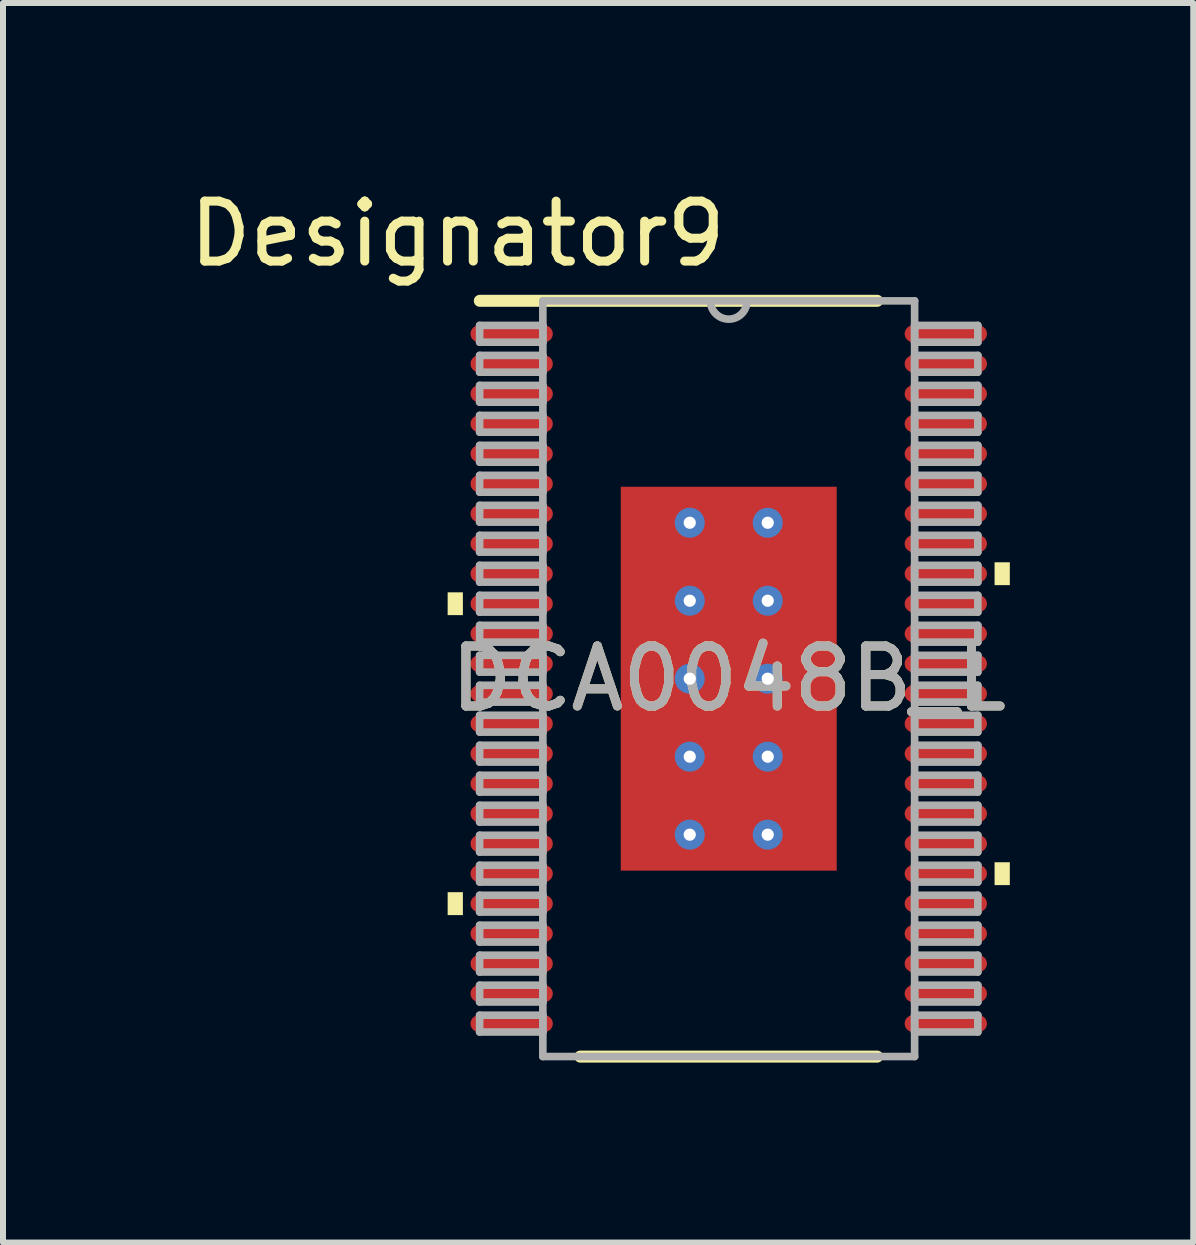
<source format=kicad_pcb>
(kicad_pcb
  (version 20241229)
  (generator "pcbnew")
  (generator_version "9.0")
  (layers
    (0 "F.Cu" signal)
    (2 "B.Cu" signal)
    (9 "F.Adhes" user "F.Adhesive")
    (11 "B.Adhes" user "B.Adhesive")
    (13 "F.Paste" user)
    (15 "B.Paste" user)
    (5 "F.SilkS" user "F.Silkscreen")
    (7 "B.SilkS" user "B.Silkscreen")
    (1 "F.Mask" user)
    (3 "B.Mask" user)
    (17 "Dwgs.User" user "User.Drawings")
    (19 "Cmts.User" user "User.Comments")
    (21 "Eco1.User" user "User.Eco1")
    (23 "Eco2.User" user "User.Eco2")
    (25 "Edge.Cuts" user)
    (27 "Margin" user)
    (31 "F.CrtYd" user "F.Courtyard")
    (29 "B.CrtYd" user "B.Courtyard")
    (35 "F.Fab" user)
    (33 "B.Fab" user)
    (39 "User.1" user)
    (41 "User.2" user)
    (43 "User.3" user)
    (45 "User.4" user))
  (footprint "DCA0048B_L"
    (layer "F.Cu")
    (at 9.099 8.265)
    (property "Reference" "DCA0048B_L" (at 0 0 0) (unlocked yes) (layer "F.SilkS") (effects (font (size 1 1) (thickness 0.15))))
    (attr smd)
    (fp_line (start -4.15 -6.3) (end 2.475 -6.3) (stroke (width 0.2) (type solid)) (layer "F.SilkS"))
    (fp_line (start -2.475 6.3) (end 2.475 6.3) (stroke (width 0.2) (type solid)) (layer "F.SilkS"))
    (fp_poly (pts (xy -4.432 -1.44) (xy -4.686 -1.44) (xy -4.686 -1.06) (xy -4.432 -1.06)) (stroke (width 0) (type solid)) (fill yes) (layer "F.SilkS"))
    (fp_poly (pts (xy -4.432 3.559) (xy -4.686 3.559) (xy -4.686 3.941) (xy -4.432 3.941)) (stroke (width 0) (type solid)) (fill yes) (layer "F.SilkS"))
    (fp_poly (pts (xy 4.432 -1.941) (xy 4.686 -1.941) (xy 4.686 -1.56) (xy 4.432 -1.56)) (stroke (width 0) (type solid)) (fill yes) (layer "F.SilkS"))
    (fp_poly (pts (xy 4.432 3.06) (xy 4.686 3.06) (xy 4.686 3.441) (xy 4.432 3.441)) (stroke (width 0) (type solid)) (fill yes) (layer "F.SilkS"))
    (fp_line (start -4.153 -5.89) (end -3.099 -5.89) (stroke (width 0.127) (type solid)) (layer "F.Fab"))
    (fp_line (start -4.153 -5.61) (end -4.153 -5.89) (stroke (width 0.127) (type solid)) (layer "F.Fab"))
    (fp_line (start -4.153 -5.61) (end -3.099 -5.61) (stroke (width 0.127) (type solid)) (layer "F.Fab"))
    (fp_line (start -4.153 -5.39) (end -3.099 -5.39) (stroke (width 0.127) (type solid)) (layer "F.Fab"))
    (fp_line (start -4.153 -5.11) (end -4.153 -5.39) (stroke (width 0.127) (type solid)) (layer "F.Fab"))
    (fp_line (start -4.153 -5.11) (end -3.099 -5.11) (stroke (width 0.127) (type solid)) (layer "F.Fab"))
    (fp_line (start -4.153 -4.89) (end -3.099 -4.89) (stroke (width 0.127) (type solid)) (layer "F.Fab"))
    (fp_line (start -4.153 -4.61) (end -4.153 -4.89) (stroke (width 0.127) (type solid)) (layer "F.Fab"))
    (fp_line (start -4.153 -4.61) (end -3.099 -4.61) (stroke (width 0.127) (type solid)) (layer "F.Fab"))
    (fp_line (start -4.153 -4.39) (end -3.099 -4.39) (stroke (width 0.127) (type solid)) (layer "F.Fab"))
    (fp_line (start -4.153 -4.11) (end -4.153 -4.39) (stroke (width 0.127) (type solid)) (layer "F.Fab"))
    (fp_line (start -4.153 -4.11) (end -3.099 -4.11) (stroke (width 0.127) (type solid)) (layer "F.Fab"))
    (fp_line (start -4.153 -3.89) (end -3.099 -3.89) (stroke (width 0.127) (type solid)) (layer "F.Fab"))
    (fp_line (start -4.153 -3.61) (end -4.153 -3.89) (stroke (width 0.127) (type solid)) (layer "F.Fab"))
    (fp_line (start -4.153 -3.61) (end -3.099 -3.61) (stroke (width 0.127) (type solid)) (layer "F.Fab"))
    (fp_line (start -4.153 -3.39) (end -3.099 -3.39) (stroke (width 0.127) (type solid)) (layer "F.Fab"))
    (fp_line (start -4.153 -3.11) (end -4.153 -3.39) (stroke (width 0.127) (type solid)) (layer "F.Fab"))
    (fp_line (start -4.153 -3.11) (end -3.099 -3.11) (stroke (width 0.127) (type solid)) (layer "F.Fab"))
    (fp_line (start -4.153 -2.89) (end -3.099 -2.89) (stroke (width 0.127) (type solid)) (layer "F.Fab"))
    (fp_line (start -4.153 -2.61) (end -4.153 -2.89) (stroke (width 0.127) (type solid)) (layer "F.Fab"))
    (fp_line (start -4.153 -2.61) (end -3.099 -2.61) (stroke (width 0.127) (type solid)) (layer "F.Fab"))
    (fp_line (start -4.153 -2.39) (end -3.099 -2.39) (stroke (width 0.127) (type solid)) (layer "F.Fab"))
    (fp_line (start -4.153 -2.11) (end -4.153 -2.39) (stroke (width 0.127) (type solid)) (layer "F.Fab"))
    (fp_line (start -4.153 -2.11) (end -3.099 -2.11) (stroke (width 0.127) (type solid)) (layer "F.Fab"))
    (fp_line (start -4.153 -1.89) (end -3.099 -1.89) (stroke (width 0.127) (type solid)) (layer "F.Fab"))
    (fp_line (start -4.153 -1.61) (end -4.153 -1.89) (stroke (width 0.127) (type solid)) (layer "F.Fab"))
    (fp_line (start -4.153 -1.61) (end -3.099 -1.61) (stroke (width 0.127) (type solid)) (layer "F.Fab"))
    (fp_line (start -4.153 -1.39) (end -3.099 -1.39) (stroke (width 0.127) (type solid)) (layer "F.Fab"))
    (fp_line (start -4.153 -1.11) (end -4.153 -1.39) (stroke (width 0.127) (type solid)) (layer "F.Fab"))
    (fp_line (start -4.153 -1.11) (end -3.099 -1.11) (stroke (width 0.127) (type solid)) (layer "F.Fab"))
    (fp_line (start -4.153 -0.89) (end -3.099 -0.89) (stroke (width 0.127) (type solid)) (layer "F.Fab"))
    (fp_line (start -4.153 -0.61) (end -4.153 -0.89) (stroke (width 0.127) (type solid)) (layer "F.Fab"))
    (fp_line (start -4.153 -0.61) (end -3.099 -0.61) (stroke (width 0.127) (type solid)) (layer "F.Fab"))
    (fp_line (start -4.153 -0.39) (end -3.099 -0.39) (stroke (width 0.127) (type solid)) (layer "F.Fab"))
    (fp_line (start -4.153 -0.11) (end -4.153 -0.39) (stroke (width 0.127) (type solid)) (layer "F.Fab"))
    (fp_line (start -4.153 -0.11) (end -3.099 -0.11) (stroke (width 0.127) (type solid)) (layer "F.Fab"))
    (fp_line (start -4.153 0.11) (end -3.099 0.11) (stroke (width 0.127) (type solid)) (layer "F.Fab"))
    (fp_line (start -4.153 0.39) (end -4.153 0.11) (stroke (width 0.127) (type solid)) (layer "F.Fab"))
    (fp_line (start -4.153 0.39) (end -3.099 0.39) (stroke (width 0.127) (type solid)) (layer "F.Fab"))
    (fp_line (start -4.153 0.61) (end -3.099 0.61) (stroke (width 0.127) (type solid)) (layer "F.Fab"))
    (fp_line (start -4.153 0.89) (end -4.153 0.61) (stroke (width 0.127) (type solid)) (layer "F.Fab"))
    (fp_line (start -4.153 0.89) (end -3.099 0.89) (stroke (width 0.127) (type solid)) (layer "F.Fab"))
    (fp_line (start -4.153 1.11) (end -3.099 1.11) (stroke (width 0.127) (type solid)) (layer "F.Fab"))
    (fp_line (start -4.153 1.39) (end -4.153 1.11) (stroke (width 0.127) (type solid)) (layer "F.Fab"))
    (fp_line (start -4.153 1.39) (end -3.099 1.39) (stroke (width 0.127) (type solid)) (layer "F.Fab"))
    (fp_line (start -4.153 1.61) (end -3.099 1.61) (stroke (width 0.127) (type solid)) (layer "F.Fab"))
    (fp_line (start -4.153 1.89) (end -4.153 1.61) (stroke (width 0.127) (type solid)) (layer "F.Fab"))
    (fp_line (start -4.153 1.89) (end -3.099 1.89) (stroke (width 0.127) (type solid)) (layer "F.Fab"))
    (fp_line (start -4.153 2.11) (end -3.099 2.11) (stroke (width 0.127) (type solid)) (layer "F.Fab"))
    (fp_line (start -4.153 2.39) (end -4.153 2.11) (stroke (width 0.127) (type solid)) (layer "F.Fab"))
    (fp_line (start -4.153 2.39) (end -3.099 2.39) (stroke (width 0.127) (type solid)) (layer "F.Fab"))
    (fp_line (start -4.153 2.61) (end -3.099 2.61) (stroke (width 0.127) (type solid)) (layer "F.Fab"))
    (fp_line (start -4.153 2.89) (end -4.153 2.61) (stroke (width 0.127) (type solid)) (layer "F.Fab"))
    (fp_line (start -4.153 2.89) (end -3.099 2.89) (stroke (width 0.127) (type solid)) (layer "F.Fab"))
    (fp_line (start -4.153 3.11) (end -3.099 3.11) (stroke (width 0.127) (type solid)) (layer "F.Fab"))
    (fp_line (start -4.153 3.39) (end -4.153 3.11) (stroke (width 0.127) (type solid)) (layer "F.Fab"))
    (fp_line (start -4.153 3.39) (end -3.099 3.39) (stroke (width 0.127) (type solid)) (layer "F.Fab"))
    (fp_line (start -4.153 3.61) (end -3.099 3.61) (stroke (width 0.127) (type solid)) (layer "F.Fab"))
    (fp_line (start -4.153 3.89) (end -4.153 3.61) (stroke (width 0.127) (type solid)) (layer "F.Fab"))
    (fp_line (start -4.153 3.89) (end -3.099 3.89) (stroke (width 0.127) (type solid)) (layer "F.Fab"))
    (fp_line (start -4.153 4.11) (end -3.099 4.11) (stroke (width 0.127) (type solid)) (layer "F.Fab"))
    (fp_line (start -4.153 4.39) (end -4.153 4.11) (stroke (width 0.127) (type solid)) (layer "F.Fab"))
    (fp_line (start -4.153 4.39) (end -3.099 4.39) (stroke (width 0.127) (type solid)) (layer "F.Fab"))
    (fp_line (start -4.153 4.61) (end -3.099 4.61) (stroke (width 0.127) (type solid)) (layer "F.Fab"))
    (fp_line (start -4.153 4.89) (end -4.153 4.61) (stroke (width 0.127) (type solid)) (layer "F.Fab"))
    (fp_line (start -4.153 4.89) (end -3.099 4.89) (stroke (width 0.127) (type solid)) (layer "F.Fab"))
    (fp_line (start -4.153 5.11) (end -3.099 5.11) (stroke (width 0.127) (type solid)) (layer "F.Fab"))
    (fp_line (start -4.153 5.39) (end -4.153 5.11) (stroke (width 0.127) (type solid)) (layer "F.Fab"))
    (fp_line (start -4.153 5.39) (end -3.099 5.39) (stroke (width 0.127) (type solid)) (layer "F.Fab"))
    (fp_line (start -4.153 5.61) (end -3.099 5.61) (stroke (width 0.127) (type solid)) (layer "F.Fab"))
    (fp_line (start -4.153 5.89) (end -4.153 5.61) (stroke (width 0.127) (type solid)) (layer "F.Fab"))
    (fp_line (start -4.153 5.89) (end -3.099 5.89) (stroke (width 0.127) (type solid)) (layer "F.Fab"))
    (fp_line (start -3.099 -6.299) (end 3.099 -6.299) (stroke (width 0.127) (type solid)) (layer "F.Fab"))
    (fp_line (start -3.099 -5.61) (end -3.099 -5.89) (stroke (width 0.127) (type solid)) (layer "F.Fab"))
    (fp_line (start -3.099 -5.11) (end -3.099 -5.39) (stroke (width 0.127) (type solid)) (layer "F.Fab"))
    (fp_line (start -3.099 -4.61) (end -3.099 -4.89) (stroke (width 0.127) (type solid)) (layer "F.Fab"))
    (fp_line (start -3.099 -4.11) (end -3.099 -4.39) (stroke (width 0.127) (type solid)) (layer "F.Fab"))
    (fp_line (start -3.099 -3.61) (end -3.099 -3.89) (stroke (width 0.127) (type solid)) (layer "F.Fab"))
    (fp_line (start -3.099 -3.11) (end -3.099 -3.39) (stroke (width 0.127) (type solid)) (layer "F.Fab"))
    (fp_line (start -3.099 -2.61) (end -3.099 -2.89) (stroke (width 0.127) (type solid)) (layer "F.Fab"))
    (fp_line (start -3.099 -2.11) (end -3.099 -2.39) (stroke (width 0.127) (type solid)) (layer "F.Fab"))
    (fp_line (start -3.099 -1.61) (end -3.099 -1.89) (stroke (width 0.127) (type solid)) (layer "F.Fab"))
    (fp_line (start -3.099 -1.11) (end -3.099 -1.39) (stroke (width 0.127) (type solid)) (layer "F.Fab"))
    (fp_line (start -3.099 -0.61) (end -3.099 -0.89) (stroke (width 0.127) (type solid)) (layer "F.Fab"))
    (fp_line (start -3.099 -0.11) (end -3.099 -0.39) (stroke (width 0.127) (type solid)) (layer "F.Fab"))
    (fp_line (start -3.099 0.39) (end -3.099 0.11) (stroke (width 0.127) (type solid)) (layer "F.Fab"))
    (fp_line (start -3.099 0.89) (end -3.099 0.61) (stroke (width 0.127) (type solid)) (layer "F.Fab"))
    (fp_line (start -3.099 1.39) (end -3.099 1.11) (stroke (width 0.127) (type solid)) (layer "F.Fab"))
    (fp_line (start -3.099 1.89) (end -3.099 1.61) (stroke (width 0.127) (type solid)) (layer "F.Fab"))
    (fp_line (start -3.099 2.39) (end -3.099 2.11) (stroke (width 0.127) (type solid)) (layer "F.Fab"))
    (fp_line (start -3.099 2.89) (end -3.099 2.61) (stroke (width 0.127) (type solid)) (layer "F.Fab"))
    (fp_line (start -3.099 3.39) (end -3.099 3.11) (stroke (width 0.127) (type solid)) (layer "F.Fab"))
    (fp_line (start -3.099 3.89) (end -3.099 3.61) (stroke (width 0.127) (type solid)) (layer "F.Fab"))
    (fp_line (start -3.099 4.39) (end -3.099 4.11) (stroke (width 0.127) (type solid)) (layer "F.Fab"))
    (fp_line (start -3.099 4.89) (end -3.099 4.61) (stroke (width 0.127) (type solid)) (layer "F.Fab"))
    (fp_line (start -3.099 5.39) (end -3.099 5.11) (stroke (width 0.127) (type solid)) (layer "F.Fab"))
    (fp_line (start -3.099 5.89) (end -3.099 5.61) (stroke (width 0.127) (type solid)) (layer "F.Fab"))
    (fp_line (start -3.099 6.299) (end -3.099 -6.299) (stroke (width 0.127) (type solid)) (layer "F.Fab"))
    (fp_line (start -3.099 6.299) (end 3.099 6.299) (stroke (width 0.127) (type solid)) (layer "F.Fab"))
    (fp_line (start 3.099 -5.89) (end 4.153 -5.89) (stroke (width 0.127) (type solid)) (layer "F.Fab"))
    (fp_line (start 3.099 -5.61) (end 3.099 -5.89) (stroke (width 0.127) (type solid)) (layer "F.Fab"))
    (fp_line (start 3.099 -5.61) (end 4.153 -5.61) (stroke (width 0.127) (type solid)) (layer "F.Fab"))
    (fp_line (start 3.099 -5.39) (end 4.153 -5.39) (stroke (width 0.127) (type solid)) (layer "F.Fab"))
    (fp_line (start 3.099 -5.11) (end 3.099 -5.39) (stroke (width 0.127) (type solid)) (layer "F.Fab"))
    (fp_line (start 3.099 -5.11) (end 4.153 -5.11) (stroke (width 0.127) (type solid)) (layer "F.Fab"))
    (fp_line (start 3.099 -4.89) (end 4.153 -4.89) (stroke (width 0.127) (type solid)) (layer "F.Fab"))
    (fp_line (start 3.099 -4.61) (end 3.099 -4.89) (stroke (width 0.127) (type solid)) (layer "F.Fab"))
    (fp_line (start 3.099 -4.61) (end 4.153 -4.61) (stroke (width 0.127) (type solid)) (layer "F.Fab"))
    (fp_line (start 3.099 -4.39) (end 4.153 -4.39) (stroke (width 0.127) (type solid)) (layer "F.Fab"))
    (fp_line (start 3.099 -4.11) (end 3.099 -4.39) (stroke (width 0.127) (type solid)) (layer "F.Fab"))
    (fp_line (start 3.099 -4.11) (end 4.153 -4.11) (stroke (width 0.127) (type solid)) (layer "F.Fab"))
    (fp_line (start 3.099 -3.89) (end 4.153 -3.89) (stroke (width 0.127) (type solid)) (layer "F.Fab"))
    (fp_line (start 3.099 -3.61) (end 3.099 -3.89) (stroke (width 0.127) (type solid)) (layer "F.Fab"))
    (fp_line (start 3.099 -3.61) (end 4.153 -3.61) (stroke (width 0.127) (type solid)) (layer "F.Fab"))
    (fp_line (start 3.099 -3.39) (end 4.153 -3.39) (stroke (width 0.127) (type solid)) (layer "F.Fab"))
    (fp_line (start 3.099 -3.11) (end 3.099 -3.39) (stroke (width 0.127) (type solid)) (layer "F.Fab"))
    (fp_line (start 3.099 -3.11) (end 4.153 -3.11) (stroke (width 0.127) (type solid)) (layer "F.Fab"))
    (fp_line (start 3.099 -2.89) (end 4.153 -2.89) (stroke (width 0.127) (type solid)) (layer "F.Fab"))
    (fp_line (start 3.099 -2.61) (end 3.099 -2.89) (stroke (width 0.127) (type solid)) (layer "F.Fab"))
    (fp_line (start 3.099 -2.61) (end 4.153 -2.61) (stroke (width 0.127) (type solid)) (layer "F.Fab"))
    (fp_line (start 3.099 -2.39) (end 4.153 -2.39) (stroke (width 0.127) (type solid)) (layer "F.Fab"))
    (fp_line (start 3.099 -2.11) (end 3.099 -2.39) (stroke (width 0.127) (type solid)) (layer "F.Fab"))
    (fp_line (start 3.099 -2.11) (end 4.153 -2.11) (stroke (width 0.127) (type solid)) (layer "F.Fab"))
    (fp_line (start 3.099 -1.89) (end 4.153 -1.89) (stroke (width 0.127) (type solid)) (layer "F.Fab"))
    (fp_line (start 3.099 -1.61) (end 3.099 -1.89) (stroke (width 0.127) (type solid)) (layer "F.Fab"))
    (fp_line (start 3.099 -1.61) (end 4.153 -1.61) (stroke (width 0.127) (type solid)) (layer "F.Fab"))
    (fp_line (start 3.099 -1.39) (end 4.153 -1.39) (stroke (width 0.127) (type solid)) (layer "F.Fab"))
    (fp_line (start 3.099 -1.11) (end 3.099 -1.39) (stroke (width 0.127) (type solid)) (layer "F.Fab"))
    (fp_line (start 3.099 -1.11) (end 4.153 -1.11) (stroke (width 0.127) (type solid)) (layer "F.Fab"))
    (fp_line (start 3.099 -0.89) (end 4.153 -0.89) (stroke (width 0.127) (type solid)) (layer "F.Fab"))
    (fp_line (start 3.099 -0.61) (end 3.099 -0.89) (stroke (width 0.127) (type solid)) (layer "F.Fab"))
    (fp_line (start 3.099 -0.61) (end 4.153 -0.61) (stroke (width 0.127) (type solid)) (layer "F.Fab"))
    (fp_line (start 3.099 -0.39) (end 4.153 -0.39) (stroke (width 0.127) (type solid)) (layer "F.Fab"))
    (fp_line (start 3.099 -0.11) (end 3.099 -0.39) (stroke (width 0.127) (type solid)) (layer "F.Fab"))
    (fp_line (start 3.099 -0.11) (end 4.153 -0.11) (stroke (width 0.127) (type solid)) (layer "F.Fab"))
    (fp_line (start 3.099 0.11) (end 4.153 0.11) (stroke (width 0.127) (type solid)) (layer "F.Fab"))
    (fp_line (start 3.099 0.39) (end 3.099 0.11) (stroke (width 0.127) (type solid)) (layer "F.Fab"))
    (fp_line (start 3.099 0.39) (end 4.153 0.39) (stroke (width 0.127) (type solid)) (layer "F.Fab"))
    (fp_line (start 3.099 0.61) (end 4.153 0.61) (stroke (width 0.127) (type solid)) (layer "F.Fab"))
    (fp_line (start 3.099 0.89) (end 3.099 0.61) (stroke (width 0.127) (type solid)) (layer "F.Fab"))
    (fp_line (start 3.099 0.89) (end 4.153 0.89) (stroke (width 0.127) (type solid)) (layer "F.Fab"))
    (fp_line (start 3.099 1.11) (end 4.153 1.11) (stroke (width 0.127) (type solid)) (layer "F.Fab"))
    (fp_line (start 3.099 1.39) (end 3.099 1.11) (stroke (width 0.127) (type solid)) (layer "F.Fab"))
    (fp_line (start 3.099 1.39) (end 4.153 1.39) (stroke (width 0.127) (type solid)) (layer "F.Fab"))
    (fp_line (start 3.099 1.61) (end 4.153 1.61) (stroke (width 0.127) (type solid)) (layer "F.Fab"))
    (fp_line (start 3.099 1.89) (end 3.099 1.61) (stroke (width 0.127) (type solid)) (layer "F.Fab"))
    (fp_line (start 3.099 1.89) (end 4.153 1.89) (stroke (width 0.127) (type solid)) (layer "F.Fab"))
    (fp_line (start 3.099 2.11) (end 4.153 2.11) (stroke (width 0.127) (type solid)) (layer "F.Fab"))
    (fp_line (start 3.099 2.39) (end 3.099 2.11) (stroke (width 0.127) (type solid)) (layer "F.Fab"))
    (fp_line (start 3.099 2.39) (end 4.153 2.39) (stroke (width 0.127) (type solid)) (layer "F.Fab"))
    (fp_line (start 3.099 2.61) (end 4.153 2.61) (stroke (width 0.127) (type solid)) (layer "F.Fab"))
    (fp_line (start 3.099 2.89) (end 3.099 2.61) (stroke (width 0.127) (type solid)) (layer "F.Fab"))
    (fp_line (start 3.099 2.89) (end 4.153 2.89) (stroke (width 0.127) (type solid)) (layer "F.Fab"))
    (fp_line (start 3.099 3.11) (end 4.153 3.11) (stroke (width 0.127) (type solid)) (layer "F.Fab"))
    (fp_line (start 3.099 3.39) (end 3.099 3.11) (stroke (width 0.127) (type solid)) (layer "F.Fab"))
    (fp_line (start 3.099 3.39) (end 4.153 3.39) (stroke (width 0.127) (type solid)) (layer "F.Fab"))
    (fp_line (start 3.099 3.61) (end 4.153 3.61) (stroke (width 0.127) (type solid)) (layer "F.Fab"))
    (fp_line (start 3.099 3.89) (end 3.099 3.61) (stroke (width 0.127) (type solid)) (layer "F.Fab"))
    (fp_line (start 3.099 3.89) (end 4.153 3.89) (stroke (width 0.127) (type solid)) (layer "F.Fab"))
    (fp_line (start 3.099 4.11) (end 4.153 4.11) (stroke (width 0.127) (type solid)) (layer "F.Fab"))
    (fp_line (start 3.099 4.39) (end 3.099 4.11) (stroke (width 0.127) (type solid)) (layer "F.Fab"))
    (fp_line (start 3.099 4.39) (end 4.153 4.39) (stroke (width 0.127) (type solid)) (layer "F.Fab"))
    (fp_line (start 3.099 4.61) (end 4.153 4.61) (stroke (width 0.127) (type solid)) (layer "F.Fab"))
    (fp_line (start 3.099 4.89) (end 3.099 4.61) (stroke (width 0.127) (type solid)) (layer "F.Fab"))
    (fp_line (start 3.099 4.89) (end 4.153 4.89) (stroke (width 0.127) (type solid)) (layer "F.Fab"))
    (fp_line (start 3.099 5.11) (end 4.153 5.11) (stroke (width 0.127) (type solid)) (layer "F.Fab"))
    (fp_line (start 3.099 5.39) (end 3.099 5.11) (stroke (width 0.127) (type solid)) (layer "F.Fab"))
    (fp_line (start 3.099 5.39) (end 4.153 5.39) (stroke (width 0.127) (type solid)) (layer "F.Fab"))
    (fp_line (start 3.099 5.61) (end 4.153 5.61) (stroke (width 0.127) (type solid)) (layer "F.Fab"))
    (fp_line (start 3.099 5.89) (end 3.099 5.61) (stroke (width 0.127) (type solid)) (layer "F.Fab"))
    (fp_line (start 3.099 5.89) (end 4.153 5.89) (stroke (width 0.127) (type solid)) (layer "F.Fab"))
    (fp_line (start 3.099 6.299) (end 3.099 -6.299) (stroke (width 0.127) (type solid)) (layer "F.Fab"))
    (fp_line (start 4.153 -5.61) (end 4.153 -5.89) (stroke (width 0.127) (type solid)) (layer "F.Fab"))
    (fp_line (start 4.153 -5.11) (end 4.153 -5.39) (stroke (width 0.127) (type solid)) (layer "F.Fab"))
    (fp_line (start 4.153 -4.61) (end 4.153 -4.89) (stroke (width 0.127) (type solid)) (layer "F.Fab"))
    (fp_line (start 4.153 -4.11) (end 4.153 -4.39) (stroke (width 0.127) (type solid)) (layer "F.Fab"))
    (fp_line (start 4.153 -3.61) (end 4.153 -3.89) (stroke (width 0.127) (type solid)) (layer "F.Fab"))
    (fp_line (start 4.153 -3.11) (end 4.153 -3.39) (stroke (width 0.127) (type solid)) (layer "F.Fab"))
    (fp_line (start 4.153 -2.61) (end 4.153 -2.89) (stroke (width 0.127) (type solid)) (layer "F.Fab"))
    (fp_line (start 4.153 -2.11) (end 4.153 -2.39) (stroke (width 0.127) (type solid)) (layer "F.Fab"))
    (fp_line (start 4.153 -1.61) (end 4.153 -1.89) (stroke (width 0.127) (type solid)) (layer "F.Fab"))
    (fp_line (start 4.153 -1.11) (end 4.153 -1.39) (stroke (width 0.127) (type solid)) (layer "F.Fab"))
    (fp_line (start 4.153 -0.61) (end 4.153 -0.89) (stroke (width 0.127) (type solid)) (layer "F.Fab"))
    (fp_line (start 4.153 -0.11) (end 4.153 -0.39) (stroke (width 0.127) (type solid)) (layer "F.Fab"))
    (fp_line (start 4.153 0.39) (end 4.153 0.11) (stroke (width 0.127) (type solid)) (layer "F.Fab"))
    (fp_line (start 4.153 0.89) (end 4.153 0.61) (stroke (width 0.127) (type solid)) (layer "F.Fab"))
    (fp_line (start 4.153 1.39) (end 4.153 1.11) (stroke (width 0.127) (type solid)) (layer "F.Fab"))
    (fp_line (start 4.153 1.89) (end 4.153 1.61) (stroke (width 0.127) (type solid)) (layer "F.Fab"))
    (fp_line (start 4.153 2.39) (end 4.153 2.11) (stroke (width 0.127) (type solid)) (layer "F.Fab"))
    (fp_line (start 4.153 2.89) (end 4.153 2.61) (stroke (width 0.127) (type solid)) (layer "F.Fab"))
    (fp_line (start 4.153 3.39) (end 4.153 3.11) (stroke (width 0.127) (type solid)) (layer "F.Fab"))
    (fp_line (start 4.153 3.89) (end 4.153 3.61) (stroke (width 0.127) (type solid)) (layer "F.Fab"))
    (fp_line (start 4.153 4.39) (end 4.153 4.11) (stroke (width 0.127) (type solid)) (layer "F.Fab"))
    (fp_line (start 4.153 4.89) (end 4.153 4.61) (stroke (width 0.127) (type solid)) (layer "F.Fab"))
    (fp_line (start 4.153 5.39) (end 4.153 5.11) (stroke (width 0.127) (type solid)) (layer "F.Fab"))
    (fp_line (start 4.153 5.89) (end 4.153 5.61) (stroke (width 0.127) (type solid)) (layer "F.Fab"))
    (fp_arc (start 0.3048 -6.2992) (mid 0 -5.9944) (end -0.3048 -6.2992) (stroke (width 0.127) (type solid)) (layer "F.Fab"))
    (fp_text user "Designator9" (at -4.521 -7.417 0) (unlocked yes) (layer "F.SilkS") (effects (font (size 1 1) (thickness 0.15))))
    (fp_text user "${REFERENCE}" (at 0 0 0) (unlocked yes) (layer "F.Fab") (effects (font (size 1 1) (thickness 0.15))))
    (pad "1" smd oval (at -3.619 -5.75) (size 1.372 0.279) (layers "F.Cu" "F.Mask" "F.Paste"))
    (pad "2" smd oval (at -3.619 -5.25) (size 1.372 0.279) (layers "F.Cu" "F.Mask" "F.Paste"))
    (pad "3" smd oval (at -3.619 -4.75) (size 1.372 0.279) (layers "F.Cu" "F.Mask" "F.Paste"))
    (pad "4" smd oval (at -3.619 -4.25) (size 1.372 0.279) (layers "F.Cu" "F.Mask" "F.Paste"))
    (pad "5" smd oval (at -3.619 -3.75) (size 1.372 0.279) (layers "F.Cu" "F.Mask" "F.Paste"))
    (pad "6" smd oval (at -3.619 -3.25) (size 1.372 0.279) (layers "F.Cu" "F.Mask" "F.Paste"))
    (pad "7" smd oval (at -3.619 -2.75) (size 1.372 0.279) (layers "F.Cu" "F.Mask" "F.Paste"))
    (pad "8" smd oval (at -3.619 -2.25) (size 1.372 0.279) (layers "F.Cu" "F.Mask" "F.Paste"))
    (pad "9" smd oval (at -3.619 -1.75) (size 1.372 0.279) (layers "F.Cu" "F.Mask" "F.Paste"))
    (pad "10" smd oval (at -3.619 -1.25) (size 1.372 0.279) (layers "F.Cu" "F.Mask" "F.Paste"))
    (pad "11" smd oval (at -3.619 -0.75) (size 1.372 0.279) (layers "F.Cu" "F.Mask" "F.Paste"))
    (pad "12" smd oval (at -3.619 -0.25) (size 1.372 0.279) (layers "F.Cu" "F.Mask" "F.Paste"))
    (pad "13" smd oval (at -3.619 0.25) (size 1.372 0.279) (layers "F.Cu" "F.Mask" "F.Paste"))
    (pad "14" smd oval (at -3.619 0.75) (size 1.372 0.279) (layers "F.Cu" "F.Mask" "F.Paste"))
    (pad "15" smd oval (at -3.619 1.25) (size 1.372 0.279) (layers "F.Cu" "F.Mask" "F.Paste"))
    (pad "16" smd oval (at -3.619 1.75) (size 1.372 0.279) (layers "F.Cu" "F.Mask" "F.Paste"))
    (pad "17" smd oval (at -3.619 2.25) (size 1.372 0.279) (layers "F.Cu" "F.Mask" "F.Paste"))
    (pad "18" smd oval (at -3.619 2.75) (size 1.372 0.279) (layers "F.Cu" "F.Mask" "F.Paste"))
    (pad "19" smd oval (at -3.619 3.25) (size 1.372 0.279) (layers "F.Cu" "F.Mask" "F.Paste"))
    (pad "20" smd oval (at -3.619 3.75) (size 1.372 0.279) (layers "F.Cu" "F.Mask" "F.Paste"))
    (pad "21" smd oval (at -3.619 4.25) (size 1.372 0.279) (layers "F.Cu" "F.Mask" "F.Paste"))
    (pad "22" smd oval (at -3.619 4.75) (size 1.372 0.279) (layers "F.Cu" "F.Mask" "F.Paste"))
    (pad "23" smd oval (at -3.619 5.25) (size 1.372 0.279) (layers "F.Cu" "F.Mask" "F.Paste"))
    (pad "24" smd oval (at -3.619 5.75) (size 1.372 0.279) (layers "F.Cu" "F.Mask" "F.Paste"))
    (pad "25" smd oval (at 3.619 5.75) (size 1.372 0.279) (layers "F.Cu" "F.Mask" "F.Paste"))
    (pad "26" smd oval (at 3.619 5.25) (size 1.372 0.279) (layers "F.Cu" "F.Mask" "F.Paste"))
    (pad "27" smd oval (at 3.619 4.75) (size 1.372 0.279) (layers "F.Cu" "F.Mask" "F.Paste"))
    (pad "28" smd oval (at 3.619 4.25) (size 1.372 0.279) (layers "F.Cu" "F.Mask" "F.Paste"))
    (pad "29" smd oval (at 3.619 3.75) (size 1.372 0.279) (layers "F.Cu" "F.Mask" "F.Paste"))
    (pad "30" smd oval (at 3.619 3.25) (size 1.372 0.279) (layers "F.Cu" "F.Mask" "F.Paste"))
    (pad "31" smd oval (at 3.619 2.75) (size 1.372 0.279) (layers "F.Cu" "F.Mask" "F.Paste"))
    (pad "32" smd oval (at 3.619 2.25) (size 1.372 0.279) (layers "F.Cu" "F.Mask" "F.Paste"))
    (pad "33" smd oval (at 3.619 1.75) (size 1.372 0.279) (layers "F.Cu" "F.Mask" "F.Paste"))
    (pad "34" smd oval (at 3.619 1.25) (size 1.372 0.279) (layers "F.Cu" "F.Mask" "F.Paste"))
    (pad "35" smd oval (at 3.619 0.75) (size 1.372 0.279) (layers "F.Cu" "F.Mask" "F.Paste"))
    (pad "36" smd oval (at 3.619 0.25) (size 1.372 0.279) (layers "F.Cu" "F.Mask" "F.Paste"))
    (pad "37" smd oval (at 3.619 -0.25) (size 1.372 0.279) (layers "F.Cu" "F.Mask" "F.Paste"))
    (pad "38" smd oval (at 3.619 -0.75) (size 1.372 0.279) (layers "F.Cu" "F.Mask" "F.Paste"))
    (pad "39" smd oval (at 3.619 -1.25) (size 1.372 0.279) (layers "F.Cu" "F.Mask" "F.Paste"))
    (pad "40" smd oval (at 3.619 -1.75) (size 1.372 0.279) (layers "F.Cu" "F.Mask" "F.Paste"))
    (pad "41" smd oval (at 3.619 -2.25) (size 1.372 0.279) (layers "F.Cu" "F.Mask" "F.Paste"))
    (pad "42" smd oval (at 3.619 -2.75) (size 1.372 0.279) (layers "F.Cu" "F.Mask" "F.Paste"))
    (pad "43" smd oval (at 3.619 -3.25) (size 1.372 0.279) (layers "F.Cu" "F.Mask" "F.Paste"))
    (pad "44" smd oval (at 3.619 -3.75) (size 1.372 0.279) (layers "F.Cu" "F.Mask" "F.Paste"))
    (pad "45" smd oval (at 3.619 -4.25) (size 1.372 0.279) (layers "F.Cu" "F.Mask" "F.Paste"))
    (pad "46" smd oval (at 3.619 -4.75) (size 1.372 0.279) (layers "F.Cu" "F.Mask" "F.Paste"))
    (pad "47" smd oval (at 3.619 -5.25) (size 1.372 0.279) (layers "F.Cu" "F.Mask" "F.Paste"))
    (pad "48" smd oval (at 3.619 -5.75) (size 1.372 0.279) (layers "F.Cu" "F.Mask" "F.Paste"))
    (pad "49" smd rect (at 0 0) (size 3.6 6.4) (layers "F.Cu" "F.Mask" "F.Paste"))
    (pad "V" thru_hole circle (at -0.65 -2.6) (size 0.5 0.5) (drill 0.203) (layers "*.Cu" "*.Mask"))
    (pad "V" thru_hole circle (at -0.65 -1.3) (size 0.5 0.5) (drill 0.203) (layers "*.Cu" "*.Mask"))
    (pad "V" thru_hole circle (at -0.65 0) (size 0.5 0.5) (drill 0.203) (layers "*.Cu" "*.Mask"))
    (pad "V" thru_hole circle (at -0.65 1.3) (size 0.5 0.5) (drill 0.203) (layers "*.Cu" "*.Mask"))
    (pad "V" thru_hole circle (at -0.65 2.6) (size 0.5 0.5) (drill 0.203) (layers "*.Cu" "*.Mask"))
    (pad "V" thru_hole circle (at 0.65 -2.6) (size 0.5 0.5) (drill 0.203) (layers "*.Cu" "*.Mask"))
    (pad "V" thru_hole circle (at 0.65 -1.3) (size 0.5 0.5) (drill 0.203) (layers "*.Cu" "*.Mask"))
    (pad "V" thru_hole circle (at 0.65 0) (size 0.5 0.5) (drill 0.203) (layers "*.Cu" "*.Mask"))
    (pad "V" thru_hole circle (at 0.65 1.3) (size 0.5 0.5) (drill 0.203) (layers "*.Cu" "*.Mask"))
    (pad "V" thru_hole circle (at 0.65 2.6) (size 0.5 0.5) (drill 0.203) (layers "*.Cu" "*.Mask")))
  (gr_rect
    (start -3 -3)
    (end 16.843 17.665)
    (stroke (width 0.1) (type default))
    (fill no)
    (layer "Edge.Cuts")))
</source>
